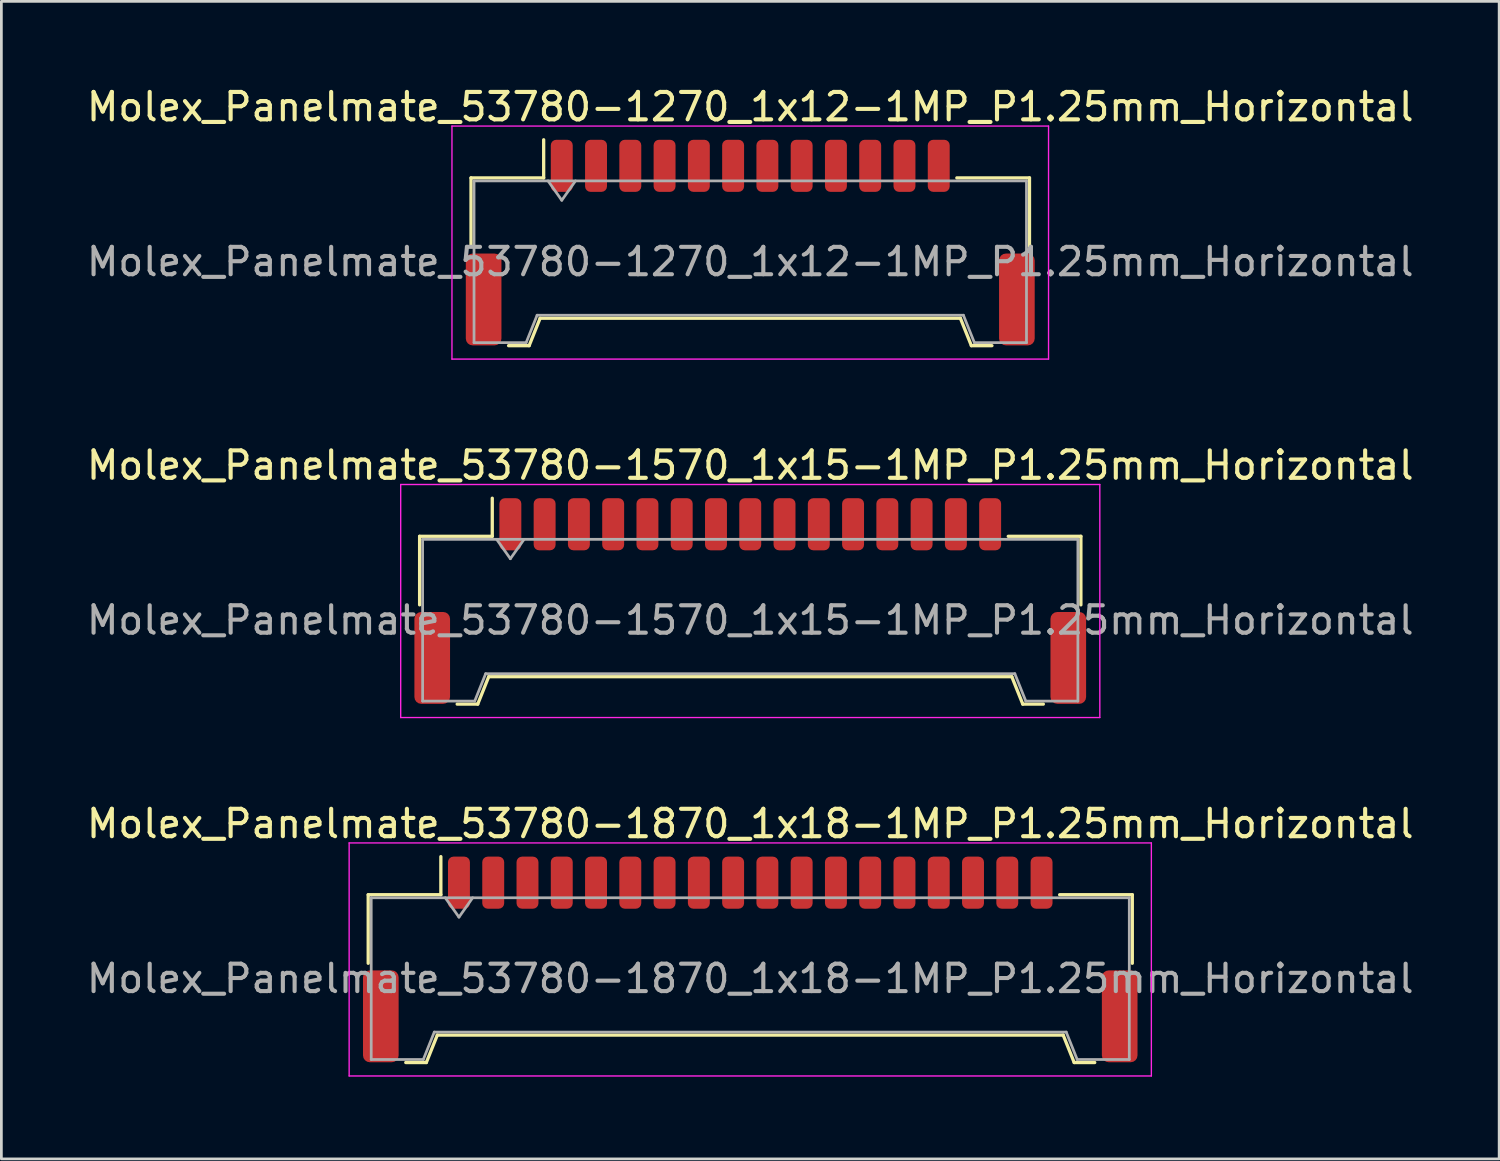
<source format=kicad_pcb>
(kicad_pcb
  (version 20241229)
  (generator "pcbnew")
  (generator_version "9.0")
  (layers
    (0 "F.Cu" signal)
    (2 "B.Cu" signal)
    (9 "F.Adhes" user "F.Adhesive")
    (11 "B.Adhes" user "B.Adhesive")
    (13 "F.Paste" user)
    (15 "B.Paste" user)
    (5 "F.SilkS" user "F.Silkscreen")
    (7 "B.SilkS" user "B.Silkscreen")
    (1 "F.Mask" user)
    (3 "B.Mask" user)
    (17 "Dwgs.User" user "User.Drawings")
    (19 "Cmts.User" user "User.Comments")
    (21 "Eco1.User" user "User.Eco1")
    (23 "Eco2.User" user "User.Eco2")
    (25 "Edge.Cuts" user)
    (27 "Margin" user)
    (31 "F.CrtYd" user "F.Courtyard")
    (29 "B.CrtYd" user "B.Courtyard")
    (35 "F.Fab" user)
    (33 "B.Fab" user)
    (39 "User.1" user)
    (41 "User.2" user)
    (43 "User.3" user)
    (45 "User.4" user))
  (footprint "Molex_Panelmate_53780-1870_1x18-1MP_P1.25mm_Horizontal"
    (layer "F.Cu")
    (at 24.315 31.945)
    (property "Reference" "Molex_Panelmate_53780-1870_1x18-1MP_P1.25mm_Horizontal" (at 0 -4.95 0) (layer "F.SilkS") (effects (font (size 1 1) (thickness 0.15))))
    (attr smd)
    (fp_line (start -13.935 -2.36) (end -11.285 -2.36) (stroke (width 0.12) (type solid)) (layer "F.SilkS"))
    (fp_line (start -13.935 0.14) (end -13.935 -2.36) (stroke (width 0.12) (type solid)) (layer "F.SilkS"))
    (fp_line (start -12.565 3.76) (end -11.815 3.76) (stroke (width 0.12) (type solid)) (layer "F.SilkS"))
    (fp_line (start -11.815 3.76) (end -11.415 2.76) (stroke (width 0.12) (type solid)) (layer "F.SilkS"))
    (fp_line (start -11.415 2.76) (end 11.415 2.76) (stroke (width 0.12) (type solid)) (layer "F.SilkS"))
    (fp_line (start -11.285 -2.36) (end -11.285 -3.75) (stroke (width 0.12) (type solid)) (layer "F.SilkS"))
    (fp_line (start 11.415 2.76) (end 11.815 3.76) (stroke (width 0.12) (type solid)) (layer "F.SilkS"))
    (fp_line (start 11.815 3.76) (end 12.565 3.76) (stroke (width 0.12) (type solid)) (layer "F.SilkS"))
    (fp_line (start 13.935 -2.36) (end 11.285 -2.36) (stroke (width 0.12) (type solid)) (layer "F.SilkS"))
    (fp_line (start 13.935 0.14) (end 13.935 -2.36) (stroke (width 0.12) (type solid)) (layer "F.SilkS"))
    (fp_line (start -14.63 -4.25) (end -14.63 4.25) (stroke (width 0.05) (type solid)) (layer "F.CrtYd"))
    (fp_line (start -14.63 4.25) (end 14.63 4.25) (stroke (width 0.05) (type solid)) (layer "F.CrtYd"))
    (fp_line (start 14.63 -4.25) (end -14.63 -4.25) (stroke (width 0.05) (type solid)) (layer "F.CrtYd"))
    (fp_line (start 14.63 4.25) (end 14.63 -4.25) (stroke (width 0.05) (type solid)) (layer "F.CrtYd"))
    (fp_line (start -13.825 -2.25) (end -13.825 3.65) (stroke (width 0.1) (type solid)) (layer "F.Fab"))
    (fp_line (start -13.825 -2.25) (end 13.825 -2.25) (stroke (width 0.1) (type solid)) (layer "F.Fab"))
    (fp_line (start -13.825 3.65) (end -11.925 3.65) (stroke (width 0.1) (type solid)) (layer "F.Fab"))
    (fp_line (start -11.925 3.65) (end -11.525 2.65) (stroke (width 0.1) (type solid)) (layer "F.Fab"))
    (fp_line (start -11.525 2.65) (end 11.525 2.65) (stroke (width 0.1) (type solid)) (layer "F.Fab"))
    (fp_line (start -11.125 -2.25) (end -10.625 -1.543) (stroke (width 0.1) (type solid)) (layer "F.Fab"))
    (fp_line (start -10.625 -1.543) (end -10.125 -2.25) (stroke (width 0.1) (type solid)) (layer "F.Fab"))
    (fp_line (start 11.525 2.65) (end 11.925 3.65) (stroke (width 0.1) (type solid)) (layer "F.Fab"))
    (fp_line (start 11.925 3.65) (end 13.825 3.65) (stroke (width 0.1) (type solid)) (layer "F.Fab"))
    (fp_line (start 13.825 -2.25) (end 13.825 3.65) (stroke (width 0.1) (type solid)) (layer "F.Fab"))
    (fp_text user "${REFERENCE}" (at 0 0.7 0) (layer "F.Fab") (effects (font (size 1 1) (thickness 0.15))))
    (pad "1" smd roundrect (at -10.625 -2.8) (size 0.8 1.9) (layers "F.Cu" "F.Mask" "F.Paste") (roundrect_rratio 0.25))
    (pad "2" smd roundrect (at -9.375 -2.8) (size 0.8 1.9) (layers "F.Cu" "F.Mask" "F.Paste") (roundrect_rratio 0.25))
    (pad "3" smd roundrect (at -8.125 -2.8) (size 0.8 1.9) (layers "F.Cu" "F.Mask" "F.Paste") (roundrect_rratio 0.25))
    (pad "4" smd roundrect (at -6.875 -2.8) (size 0.8 1.9) (layers "F.Cu" "F.Mask" "F.Paste") (roundrect_rratio 0.25))
    (pad "5" smd roundrect (at -5.625 -2.8) (size 0.8 1.9) (layers "F.Cu" "F.Mask" "F.Paste") (roundrect_rratio 0.25))
    (pad "6" smd roundrect (at -4.375 -2.8) (size 0.8 1.9) (layers "F.Cu" "F.Mask" "F.Paste") (roundrect_rratio 0.25))
    (pad "7" smd roundrect (at -3.125 -2.8) (size 0.8 1.9) (layers "F.Cu" "F.Mask" "F.Paste") (roundrect_rratio 0.25))
    (pad "8" smd roundrect (at -1.875 -2.8) (size 0.8 1.9) (layers "F.Cu" "F.Mask" "F.Paste") (roundrect_rratio 0.25))
    (pad "9" smd roundrect (at -0.625 -2.8) (size 0.8 1.9) (layers "F.Cu" "F.Mask" "F.Paste") (roundrect_rratio 0.25))
    (pad "10" smd roundrect (at 0.625 -2.8) (size 0.8 1.9) (layers "F.Cu" "F.Mask" "F.Paste") (roundrect_rratio 0.25))
    (pad "11" smd roundrect (at 1.875 -2.8) (size 0.8 1.9) (layers "F.Cu" "F.Mask" "F.Paste") (roundrect_rratio 0.25))
    (pad "12" smd roundrect (at 3.125 -2.8) (size 0.8 1.9) (layers "F.Cu" "F.Mask" "F.Paste") (roundrect_rratio 0.25))
    (pad "13" smd roundrect (at 4.375 -2.8) (size 0.8 1.9) (layers "F.Cu" "F.Mask" "F.Paste") (roundrect_rratio 0.25))
    (pad "14" smd roundrect (at 5.625 -2.8) (size 0.8 1.9) (layers "F.Cu" "F.Mask" "F.Paste") (roundrect_rratio 0.25))
    (pad "15" smd roundrect (at 6.875 -2.8) (size 0.8 1.9) (layers "F.Cu" "F.Mask" "F.Paste") (roundrect_rratio 0.25))
    (pad "16" smd roundrect (at 8.125 -2.8) (size 0.8 1.9) (layers "F.Cu" "F.Mask" "F.Paste") (roundrect_rratio 0.25))
    (pad "17" smd roundrect (at 9.375 -2.8) (size 0.8 1.9) (layers "F.Cu" "F.Mask" "F.Paste") (roundrect_rratio 0.25))
    (pad "18" smd roundrect (at 10.625 -2.8) (size 0.8 1.9) (layers "F.Cu" "F.Mask" "F.Paste") (roundrect_rratio 0.25))
    (pad "MP" smd roundrect (at -13.475 2.075) (size 1.3 3.35) (layers "F.Cu" "F.Mask" "F.Paste") (roundrect_rratio 0.192))
    (pad "MP" smd roundrect (at 13.475 2.075) (size 1.3 3.35) (layers "F.Cu" "F.Mask" "F.Paste") (roundrect_rratio 0.192)))
  (footprint "Molex_Panelmate_53780-1270_1x12-1MP_P1.25mm_Horizontal"
    (layer "F.Cu")
    (at 24.315 5.798)
    (property "Reference" "Molex_Panelmate_53780-1270_1x12-1MP_P1.25mm_Horizontal" (at 0 -4.95 0) (layer "F.SilkS") (effects (font (size 1 1) (thickness 0.15))))
    (attr smd)
    (fp_line (start -10.185 -2.36) (end -7.535 -2.36) (stroke (width 0.12) (type solid)) (layer "F.SilkS"))
    (fp_line (start -10.185 0.14) (end -10.185 -2.36) (stroke (width 0.12) (type solid)) (layer "F.SilkS"))
    (fp_line (start -8.815 3.76) (end -8.065 3.76) (stroke (width 0.12) (type solid)) (layer "F.SilkS"))
    (fp_line (start -8.065 3.76) (end -7.665 2.76) (stroke (width 0.12) (type solid)) (layer "F.SilkS"))
    (fp_line (start -7.665 2.76) (end 7.665 2.76) (stroke (width 0.12) (type solid)) (layer "F.SilkS"))
    (fp_line (start -7.535 -2.36) (end -7.535 -3.75) (stroke (width 0.12) (type solid)) (layer "F.SilkS"))
    (fp_line (start 7.665 2.76) (end 8.065 3.76) (stroke (width 0.12) (type solid)) (layer "F.SilkS"))
    (fp_line (start 8.065 3.76) (end 8.815 3.76) (stroke (width 0.12) (type solid)) (layer "F.SilkS"))
    (fp_line (start 10.185 -2.36) (end 7.535 -2.36) (stroke (width 0.12) (type solid)) (layer "F.SilkS"))
    (fp_line (start 10.185 0.14) (end 10.185 -2.36) (stroke (width 0.12) (type solid)) (layer "F.SilkS"))
    (fp_line (start -10.88 -4.25) (end -10.88 4.25) (stroke (width 0.05) (type solid)) (layer "F.CrtYd"))
    (fp_line (start -10.88 4.25) (end 10.88 4.25) (stroke (width 0.05) (type solid)) (layer "F.CrtYd"))
    (fp_line (start 10.88 -4.25) (end -10.88 -4.25) (stroke (width 0.05) (type solid)) (layer "F.CrtYd"))
    (fp_line (start 10.88 4.25) (end 10.88 -4.25) (stroke (width 0.05) (type solid)) (layer "F.CrtYd"))
    (fp_line (start -10.075 -2.25) (end -10.075 3.65) (stroke (width 0.1) (type solid)) (layer "F.Fab"))
    (fp_line (start -10.075 -2.25) (end 10.075 -2.25) (stroke (width 0.1) (type solid)) (layer "F.Fab"))
    (fp_line (start -10.075 3.65) (end -8.175 3.65) (stroke (width 0.1) (type solid)) (layer "F.Fab"))
    (fp_line (start -8.175 3.65) (end -7.775 2.65) (stroke (width 0.1) (type solid)) (layer "F.Fab"))
    (fp_line (start -7.775 2.65) (end 7.775 2.65) (stroke (width 0.1) (type solid)) (layer "F.Fab"))
    (fp_line (start -7.375 -2.25) (end -6.875 -1.543) (stroke (width 0.1) (type solid)) (layer "F.Fab"))
    (fp_line (start -6.875 -1.543) (end -6.375 -2.25) (stroke (width 0.1) (type solid)) (layer "F.Fab"))
    (fp_line (start 7.775 2.65) (end 8.175 3.65) (stroke (width 0.1) (type solid)) (layer "F.Fab"))
    (fp_line (start 8.175 3.65) (end 10.075 3.65) (stroke (width 0.1) (type solid)) (layer "F.Fab"))
    (fp_line (start 10.075 -2.25) (end 10.075 3.65) (stroke (width 0.1) (type solid)) (layer "F.Fab"))
    (fp_text user "${REFERENCE}" (at 0 0.7 0) (layer "F.Fab") (effects (font (size 1 1) (thickness 0.15))))
    (pad "1" smd roundrect (at -6.875 -2.8) (size 0.8 1.9) (layers "F.Cu" "F.Mask" "F.Paste") (roundrect_rratio 0.25))
    (pad "2" smd roundrect (at -5.625 -2.8) (size 0.8 1.9) (layers "F.Cu" "F.Mask" "F.Paste") (roundrect_rratio 0.25))
    (pad "3" smd roundrect (at -4.375 -2.8) (size 0.8 1.9) (layers "F.Cu" "F.Mask" "F.Paste") (roundrect_rratio 0.25))
    (pad "4" smd roundrect (at -3.125 -2.8) (size 0.8 1.9) (layers "F.Cu" "F.Mask" "F.Paste") (roundrect_rratio 0.25))
    (pad "5" smd roundrect (at -1.875 -2.8) (size 0.8 1.9) (layers "F.Cu" "F.Mask" "F.Paste") (roundrect_rratio 0.25))
    (pad "6" smd roundrect (at -0.625 -2.8) (size 0.8 1.9) (layers "F.Cu" "F.Mask" "F.Paste") (roundrect_rratio 0.25))
    (pad "7" smd roundrect (at 0.625 -2.8) (size 0.8 1.9) (layers "F.Cu" "F.Mask" "F.Paste") (roundrect_rratio 0.25))
    (pad "8" smd roundrect (at 1.875 -2.8) (size 0.8 1.9) (layers "F.Cu" "F.Mask" "F.Paste") (roundrect_rratio 0.25))
    (pad "9" smd roundrect (at 3.125 -2.8) (size 0.8 1.9) (layers "F.Cu" "F.Mask" "F.Paste") (roundrect_rratio 0.25))
    (pad "10" smd roundrect (at 4.375 -2.8) (size 0.8 1.9) (layers "F.Cu" "F.Mask" "F.Paste") (roundrect_rratio 0.25))
    (pad "11" smd roundrect (at 5.625 -2.8) (size 0.8 1.9) (layers "F.Cu" "F.Mask" "F.Paste") (roundrect_rratio 0.25))
    (pad "12" smd roundrect (at 6.875 -2.8) (size 0.8 1.9) (layers "F.Cu" "F.Mask" "F.Paste") (roundrect_rratio 0.25))
    (pad "MP" smd roundrect (at -9.725 2.075) (size 1.3 3.35) (layers "F.Cu" "F.Mask" "F.Paste") (roundrect_rratio 0.192))
    (pad "MP" smd roundrect (at 9.725 2.075) (size 1.3 3.35) (layers "F.Cu" "F.Mask" "F.Paste") (roundrect_rratio 0.192)))
  (footprint "Molex_Panelmate_53780-1570_1x15-1MP_P1.25mm_Horizontal"
    (layer "F.Cu")
    (at 24.315 18.872)
    (property "Reference" "Molex_Panelmate_53780-1570_1x15-1MP_P1.25mm_Horizontal" (at 0 -4.95 0) (layer "F.SilkS") (effects (font (size 1 1) (thickness 0.15))))
    (attr smd)
    (fp_line (start -12.06 -2.36) (end -9.41 -2.36) (stroke (width 0.12) (type solid)) (layer "F.SilkS"))
    (fp_line (start -12.06 0.14) (end -12.06 -2.36) (stroke (width 0.12) (type solid)) (layer "F.SilkS"))
    (fp_line (start -10.69 3.76) (end -9.94 3.76) (stroke (width 0.12) (type solid)) (layer "F.SilkS"))
    (fp_line (start -9.94 3.76) (end -9.54 2.76) (stroke (width 0.12) (type solid)) (layer "F.SilkS"))
    (fp_line (start -9.54 2.76) (end 9.54 2.76) (stroke (width 0.12) (type solid)) (layer "F.SilkS"))
    (fp_line (start -9.41 -2.36) (end -9.41 -3.75) (stroke (width 0.12) (type solid)) (layer "F.SilkS"))
    (fp_line (start 9.54 2.76) (end 9.94 3.76) (stroke (width 0.12) (type solid)) (layer "F.SilkS"))
    (fp_line (start 9.94 3.76) (end 10.69 3.76) (stroke (width 0.12) (type solid)) (layer "F.SilkS"))
    (fp_line (start 12.06 -2.36) (end 9.41 -2.36) (stroke (width 0.12) (type solid)) (layer "F.SilkS"))
    (fp_line (start 12.06 0.14) (end 12.06 -2.36) (stroke (width 0.12) (type solid)) (layer "F.SilkS"))
    (fp_line (start -12.75 -4.25) (end -12.75 4.25) (stroke (width 0.05) (type solid)) (layer "F.CrtYd"))
    (fp_line (start -12.75 4.25) (end 12.75 4.25) (stroke (width 0.05) (type solid)) (layer "F.CrtYd"))
    (fp_line (start 12.75 -4.25) (end -12.75 -4.25) (stroke (width 0.05) (type solid)) (layer "F.CrtYd"))
    (fp_line (start 12.75 4.25) (end 12.75 -4.25) (stroke (width 0.05) (type solid)) (layer "F.CrtYd"))
    (fp_line (start -11.95 -2.25) (end -11.95 3.65) (stroke (width 0.1) (type solid)) (layer "F.Fab"))
    (fp_line (start -11.95 -2.25) (end 11.95 -2.25) (stroke (width 0.1) (type solid)) (layer "F.Fab"))
    (fp_line (start -11.95 3.65) (end -10.05 3.65) (stroke (width 0.1) (type solid)) (layer "F.Fab"))
    (fp_line (start -10.05 3.65) (end -9.65 2.65) (stroke (width 0.1) (type solid)) (layer "F.Fab"))
    (fp_line (start -9.65 2.65) (end 9.65 2.65) (stroke (width 0.1) (type solid)) (layer "F.Fab"))
    (fp_line (start -9.25 -2.25) (end -8.75 -1.543) (stroke (width 0.1) (type solid)) (layer "F.Fab"))
    (fp_line (start -8.75 -1.543) (end -8.25 -2.25) (stroke (width 0.1) (type solid)) (layer "F.Fab"))
    (fp_line (start 9.65 2.65) (end 10.05 3.65) (stroke (width 0.1) (type solid)) (layer "F.Fab"))
    (fp_line (start 10.05 3.65) (end 11.95 3.65) (stroke (width 0.1) (type solid)) (layer "F.Fab"))
    (fp_line (start 11.95 -2.25) (end 11.95 3.65) (stroke (width 0.1) (type solid)) (layer "F.Fab"))
    (fp_text user "${REFERENCE}" (at 0 0.7 0) (layer "F.Fab") (effects (font (size 1 1) (thickness 0.15))))
    (pad "1" smd roundrect (at -8.75 -2.8) (size 0.8 1.9) (layers "F.Cu" "F.Mask" "F.Paste") (roundrect_rratio 0.25))
    (pad "2" smd roundrect (at -7.5 -2.8) (size 0.8 1.9) (layers "F.Cu" "F.Mask" "F.Paste") (roundrect_rratio 0.25))
    (pad "3" smd roundrect (at -6.25 -2.8) (size 0.8 1.9) (layers "F.Cu" "F.Mask" "F.Paste") (roundrect_rratio 0.25))
    (pad "4" smd roundrect (at -5 -2.8) (size 0.8 1.9) (layers "F.Cu" "F.Mask" "F.Paste") (roundrect_rratio 0.25))
    (pad "5" smd roundrect (at -3.75 -2.8) (size 0.8 1.9) (layers "F.Cu" "F.Mask" "F.Paste") (roundrect_rratio 0.25))
    (pad "6" smd roundrect (at -2.5 -2.8) (size 0.8 1.9) (layers "F.Cu" "F.Mask" "F.Paste") (roundrect_rratio 0.25))
    (pad "7" smd roundrect (at -1.25 -2.8) (size 0.8 1.9) (layers "F.Cu" "F.Mask" "F.Paste") (roundrect_rratio 0.25))
    (pad "8" smd roundrect (at 0 -2.8) (size 0.8 1.9) (layers "F.Cu" "F.Mask" "F.Paste") (roundrect_rratio 0.25))
    (pad "9" smd roundrect (at 1.25 -2.8) (size 0.8 1.9) (layers "F.Cu" "F.Mask" "F.Paste") (roundrect_rratio 0.25))
    (pad "10" smd roundrect (at 2.5 -2.8) (size 0.8 1.9) (layers "F.Cu" "F.Mask" "F.Paste") (roundrect_rratio 0.25))
    (pad "11" smd roundrect (at 3.75 -2.8) (size 0.8 1.9) (layers "F.Cu" "F.Mask" "F.Paste") (roundrect_rratio 0.25))
    (pad "12" smd roundrect (at 5 -2.8) (size 0.8 1.9) (layers "F.Cu" "F.Mask" "F.Paste") (roundrect_rratio 0.25))
    (pad "13" smd roundrect (at 6.25 -2.8) (size 0.8 1.9) (layers "F.Cu" "F.Mask" "F.Paste") (roundrect_rratio 0.25))
    (pad "14" smd roundrect (at 7.5 -2.8) (size 0.8 1.9) (layers "F.Cu" "F.Mask" "F.Paste") (roundrect_rratio 0.25))
    (pad "15" smd roundrect (at 8.75 -2.8) (size 0.8 1.9) (layers "F.Cu" "F.Mask" "F.Paste") (roundrect_rratio 0.25))
    (pad "MP" smd roundrect (at -11.6 2.075) (size 1.3 3.35) (layers "F.Cu" "F.Mask" "F.Paste") (roundrect_rratio 0.192))
    (pad "MP" smd roundrect (at 11.6 2.075) (size 1.3 3.35) (layers "F.Cu" "F.Mask" "F.Paste") (roundrect_rratio 0.192)))
  (gr_rect
    (start -3 -3)
    (end 51.631 39.22)
    (stroke (width 0.1) (type default))
    (fill no)
    (layer "Edge.Cuts")))
</source>
